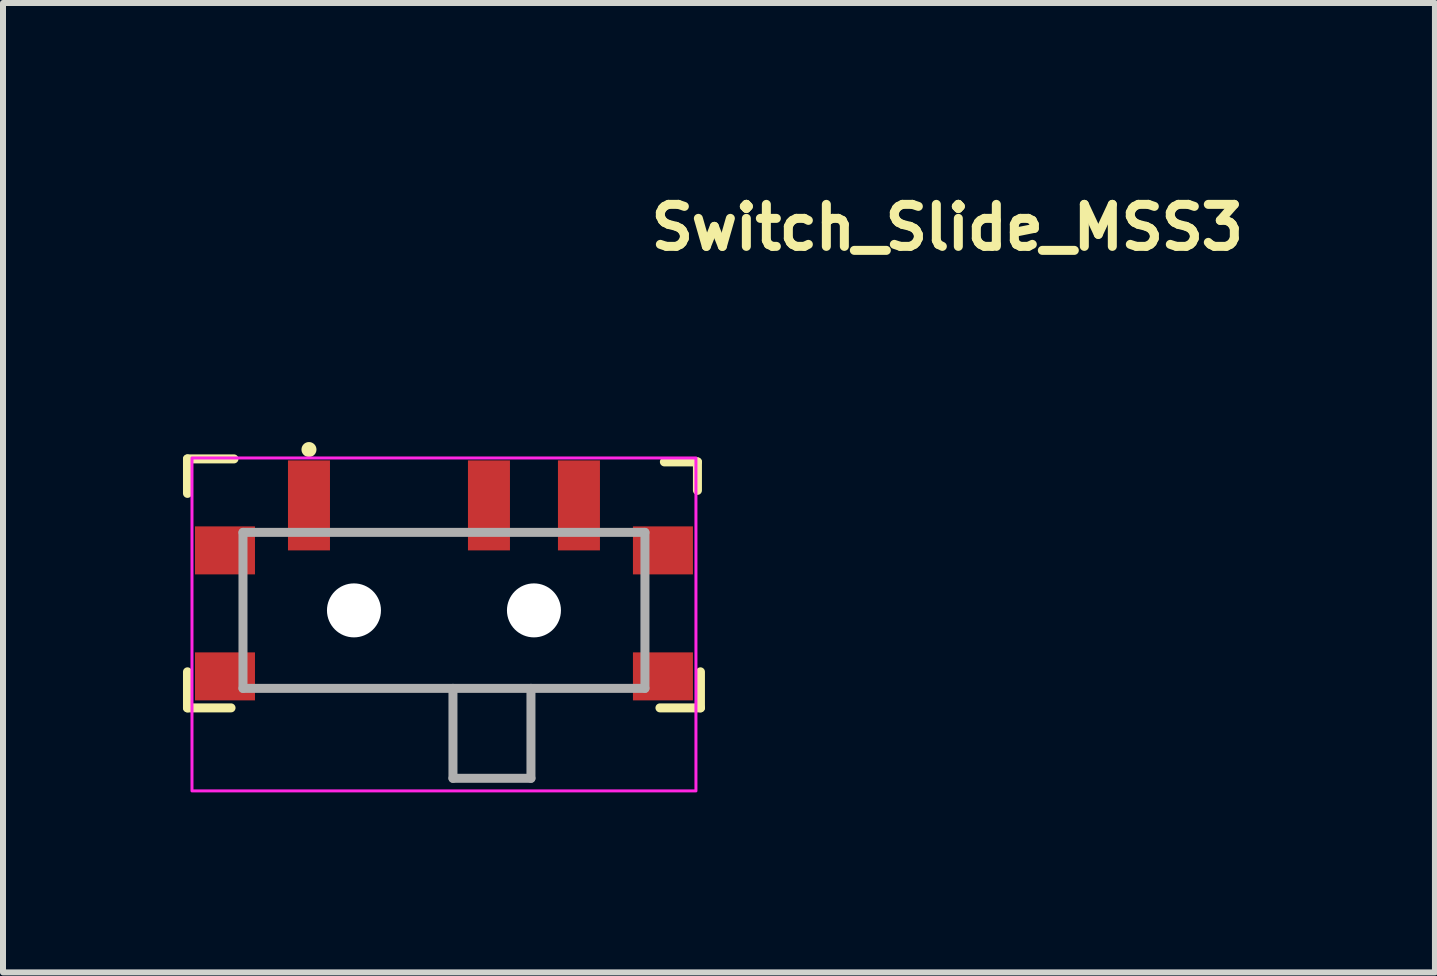
<source format=kicad_pcb>
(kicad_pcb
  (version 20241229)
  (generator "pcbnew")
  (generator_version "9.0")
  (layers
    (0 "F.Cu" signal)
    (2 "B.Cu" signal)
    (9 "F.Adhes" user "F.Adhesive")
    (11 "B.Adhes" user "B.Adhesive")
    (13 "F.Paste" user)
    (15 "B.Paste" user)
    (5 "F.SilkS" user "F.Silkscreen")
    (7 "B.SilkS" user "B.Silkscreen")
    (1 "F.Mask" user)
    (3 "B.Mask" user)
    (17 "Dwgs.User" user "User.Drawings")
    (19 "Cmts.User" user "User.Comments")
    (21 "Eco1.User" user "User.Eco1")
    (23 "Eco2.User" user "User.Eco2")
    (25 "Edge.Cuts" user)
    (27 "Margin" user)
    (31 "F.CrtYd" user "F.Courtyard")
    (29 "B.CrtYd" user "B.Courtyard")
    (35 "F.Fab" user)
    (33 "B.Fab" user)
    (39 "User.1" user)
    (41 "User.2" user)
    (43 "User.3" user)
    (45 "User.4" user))
  (footprint "Switch_Slide_MSS3"
    (layer "F.Cu")
    (at 4.35 7.483)
    (property "Reference" "Switch_Slide_MSS3" (at 3.375 -6.333 0) (layer "F.SilkS") (effects (font (size 0.7 0.7) (thickness 0.15)) (justify left bottom)))
    (attr smd)
    (fp_line (start -4.275 -2.884) (end -4.275 -2.309) (stroke (width 0.15) (type solid)) (layer "F.SilkS"))
    (fp_line (start -4.275 0.665) (end -4.275 1.266) (stroke (width 0.15) (type solid)) (layer "F.SilkS"))
    (fp_line (start -4.275 1.266) (end -3.549 1.266) (stroke (width 0.15) (type solid)) (layer "F.SilkS"))
    (fp_line (start -3.5 -2.884) (end -4.275 -2.884) (stroke (width 0.15) (type solid)) (layer "F.SilkS"))
    (fp_line (start 3.674 -2.834) (end 4.225 -2.834) (stroke (width 0.15) (type solid)) (layer "F.SilkS"))
    (fp_line (start 4.225 -2.834) (end 4.225 -2.359) (stroke (width 0.15) (type solid)) (layer "F.SilkS"))
    (fp_line (start 4.275 0.665) (end 4.275 1.266) (stroke (width 0.15) (type solid)) (layer "F.SilkS"))
    (fp_line (start 4.275 1.266) (end 3.6 1.266) (stroke (width 0.15) (type solid)) (layer "F.SilkS"))
    (fp_circle (center -2.25 -3.04) (end -2.2 -3.04) (stroke (width 0.15) (type solid)) (fill yes) (layer "F.SilkS"))
    (fp_rect (start -4.2 -2.9) (end 4.2 2.65) (stroke (width 0.05) (type solid)) (fill no) (layer "F.CrtYd"))
    (fp_line (start -3.35 -1.659) (end -3.35 0.941) (stroke (width 0.15) (type solid)) (layer "F.Fab"))
    (fp_line (start -3.35 -1.659) (end 3.35 -1.659) (stroke (width 0.15) (type solid)) (layer "F.Fab"))
    (fp_line (start -3.35 0.941) (end 3.35 0.941) (stroke (width 0.15) (type solid)) (layer "F.Fab"))
    (fp_line (start 0.15 0.941) (end 0.15 2.44) (stroke (width 0.15) (type solid)) (layer "F.Fab"))
    (fp_line (start 0.15 2.44) (end 1.45 2.44) (stroke (width 0.15) (type solid)) (layer "F.Fab"))
    (fp_line (start 1.45 0.941) (end 1.45 2.44) (stroke (width 0.15) (type solid)) (layer "F.Fab"))
    (fp_line (start 3.35 -1.659) (end 3.35 0.941) (stroke (width 0.15) (type solid)) (layer "F.Fab"))
    (fp_rect (start -3.85 -2.499) (end 3.85 2.501) (stroke (width 0.1) (type solid)) (fill no) (layer "User.5"))
    (fp_line (start -3.85 -1.549) (end -3.45 -1.549) (stroke (width 0.02) (type solid)) (layer "User.9"))
    (fp_line (start -3.85 -1.149) (end -3.85 -1.549) (stroke (width 0.02) (type solid)) (layer "User.9"))
    (fp_line (start -3.85 0.551) (end -3.45 0.551) (stroke (width 0.02) (type solid)) (layer "User.9"))
    (fp_line (start -3.85 0.951) (end -3.85 0.551) (stroke (width 0.02) (type solid)) (layer "User.9"))
    (fp_line (start -3.45 -1.549) (end -3.35 -1.549) (stroke (width 0.02) (type solid)) (layer "User.9"))
    (fp_line (start -3.45 -1.149) (end -3.85 -1.149) (stroke (width 0.02) (type solid)) (layer "User.9"))
    (fp_line (start -3.45 0.551) (end -3.35 0.551) (stroke (width 0.02) (type solid)) (layer "User.9"))
    (fp_line (start -3.45 0.951) (end -3.85 0.951) (stroke (width 0.02) (type solid)) (layer "User.9"))
    (fp_line (start -3.35 -1.599) (end -3.35 -0.798) (stroke (width 0.02) (type solid)) (layer "User.9"))
    (fp_line (start -3.35 -1.149) (end -3.45 -1.149) (stroke (width 0.02) (type solid)) (layer "User.9"))
    (fp_line (start -3.35 -0.798) (end -3.25 -0.798) (stroke (width 0.02) (type solid)) (layer "User.9"))
    (fp_line (start -3.35 0.201) (end -3.35 -0.798) (stroke (width 0.02) (type solid)) (layer "User.9"))
    (fp_line (start -3.35 0.201) (end -3.35 1.001) (stroke (width 0.02) (type solid)) (layer "User.9"))
    (fp_line (start -3.35 0.951) (end -3.45 0.951) (stroke (width 0.02) (type solid)) (layer "User.9"))
    (fp_line (start -3.35 1.001) (end -3.25 1.001) (stroke (width 0.02) (type solid)) (layer "User.9"))
    (fp_line (start -3.25 -1.599) (end -3.35 -1.599) (stroke (width 0.02) (type solid)) (layer "User.9"))
    (fp_line (start -3.25 -1.599) (end -2.95 -1.599) (stroke (width 0.02) (type solid)) (layer "User.9"))
    (fp_line (start -3.25 -0.798) (end -3.25 -1.599) (stroke (width 0.02) (type solid)) (layer "User.9"))
    (fp_line (start -3.25 -0.798) (end -2.85 -0.798) (stroke (width 0.02) (type solid)) (layer "User.9"))
    (fp_line (start -3.25 0.201) (end -3.35 0.201) (stroke (width 0.02) (type solid)) (layer "User.9"))
    (fp_line (start -3.25 1.001) (end -3.25 0.201) (stroke (width 0.02) (type solid)) (layer "User.9"))
    (fp_line (start -2.95 -1.599) (end -2.95 -0.798) (stroke (width 0.02) (type solid)) (layer "User.9"))
    (fp_line (start -2.95 0.201) (end -2.95 1.001) (stroke (width 0.02) (type solid)) (layer "User.9"))
    (fp_line (start -2.95 1.001) (end -3.25 1.001) (stroke (width 0.02) (type solid)) (layer "User.9"))
    (fp_line (start -2.95 1.001) (end 2.95 1.001) (stroke (width 0.02) (type solid)) (layer "User.9"))
    (fp_line (start -2.85 -1.399) (end 2.85 -1.399) (stroke (width 0.02) (type solid)) (layer "User.9"))
    (fp_line (start -2.85 -0.798) (end -2.85 -1.399) (stroke (width 0.02) (type solid)) (layer "User.9"))
    (fp_line (start -2.85 0.201) (end -3.25 0.201) (stroke (width 0.02) (type solid)) (layer "User.9"))
    (fp_line (start -2.85 0.8) (end -2.85 0.201) (stroke (width 0.02) (type solid)) (layer "User.9"))
    (fp_line (start -2.45 -2.499) (end -2.05 -2.499) (stroke (width 0.02) (type solid)) (layer "User.9"))
    (fp_line (start -2.45 -1.599) (end -2.45 -2.499) (stroke (width 0.02) (type solid)) (layer "User.9"))
    (fp_line (start -2.05 -2.499) (end -2.05 -1.599) (stroke (width 0.02) (type solid)) (layer "User.9"))
    (fp_line (start 0.1 2.4) (end 0.1 1.001) (stroke (width 0.02) (type solid)) (layer "User.9"))
    (fp_line (start 0.1 2.4) (end 0.1 2.406) (stroke (width 0.02) (type solid)) (layer "User.9"))
    (fp_line (start 0.1 2.406) (end 0.1 2.411) (stroke (width 0.02) (type solid)) (layer "User.9"))
    (fp_line (start 0.1 2.411) (end 0.101 2.416) (stroke (width 0.02) (type solid)) (layer "User.9"))
    (fp_line (start 0.101 2.416) (end 0.102 2.421) (stroke (width 0.02) (type solid)) (layer "User.9"))
    (fp_line (start 0.102 2.421) (end 0.103 2.425) (stroke (width 0.02) (type solid)) (layer "User.9"))
    (fp_line (start 0.103 2.425) (end 0.104 2.43) (stroke (width 0.02) (type solid)) (layer "User.9"))
    (fp_line (start 0.104 2.43) (end 0.106 2.435) (stroke (width 0.02) (type solid)) (layer "User.9"))
    (fp_line (start 0.106 2.435) (end 0.107 2.439) (stroke (width 0.02) (type solid)) (layer "User.9"))
    (fp_line (start 0.107 2.439) (end 0.109 2.444) (stroke (width 0.02) (type solid)) (layer "User.9"))
    (fp_line (start 0.109 2.444) (end 0.112 2.448) (stroke (width 0.02) (type solid)) (layer "User.9"))
    (fp_line (start 0.112 2.448) (end 0.114 2.452) (stroke (width 0.02) (type solid)) (layer "User.9"))
    (fp_line (start 0.114 2.452) (end 0.117 2.456) (stroke (width 0.02) (type solid)) (layer "User.9"))
    (fp_line (start 0.117 2.456) (end 0.119 2.46) (stroke (width 0.02) (type solid)) (layer "User.9"))
    (fp_line (start 0.119 2.46) (end 0.122 2.464) (stroke (width 0.02) (type solid)) (layer "User.9"))
    (fp_line (start 0.122 2.464) (end 0.125 2.468) (stroke (width 0.02) (type solid)) (layer "User.9"))
    (fp_line (start 0.125 2.468) (end 0.129 2.471) (stroke (width 0.02) (type solid)) (layer "User.9"))
    (fp_line (start 0.129 2.471) (end 0.132 2.475) (stroke (width 0.02) (type solid)) (layer "User.9"))
    (fp_line (start 0.132 2.475) (end 0.136 2.478) (stroke (width 0.02) (type solid)) (layer "User.9"))
    (fp_line (start 0.136 2.478) (end 0.14 2.481) (stroke (width 0.02) (type solid)) (layer "User.9"))
    (fp_line (start 0.14 2.481) (end 0.144 2.483) (stroke (width 0.02) (type solid)) (layer "User.9"))
    (fp_line (start 0.144 2.483) (end 0.148 2.486) (stroke (width 0.02) (type solid)) (layer "User.9"))
    (fp_line (start 0.148 2.486) (end 0.152 2.488) (stroke (width 0.02) (type solid)) (layer "User.9"))
    (fp_line (start 0.152 2.488) (end 0.156 2.491) (stroke (width 0.02) (type solid)) (layer "User.9"))
    (fp_line (start 0.156 2.491) (end 0.161 2.493) (stroke (width 0.02) (type solid)) (layer "User.9"))
    (fp_line (start 0.161 2.493) (end 0.165 2.494) (stroke (width 0.02) (type solid)) (layer "User.9"))
    (fp_line (start 0.165 2.494) (end 0.17 2.496) (stroke (width 0.02) (type solid)) (layer "User.9"))
    (fp_line (start 0.17 2.496) (end 0.175 2.497) (stroke (width 0.02) (type solid)) (layer "User.9"))
    (fp_line (start 0.175 2.497) (end 0.179 2.498) (stroke (width 0.02) (type solid)) (layer "User.9"))
    (fp_line (start 0.179 2.498) (end 0.184 2.499) (stroke (width 0.02) (type solid)) (layer "User.9"))
    (fp_line (start 0.184 2.499) (end 0.189 2.5) (stroke (width 0.02) (type solid)) (layer "User.9"))
    (fp_line (start 0.189 2.5) (end 0.194 2.5) (stroke (width 0.02) (type solid)) (layer "User.9"))
    (fp_line (start 0.194 2.5) (end 0.2 2.501) (stroke (width 0.02) (type solid)) (layer "User.9"))
    (fp_line (start 0.55 -2.499) (end 0.949 -2.499) (stroke (width 0.02) (type solid)) (layer "User.9"))
    (fp_line (start 0.55 -1.599) (end 0.55 -2.499) (stroke (width 0.02) (type solid)) (layer "User.9"))
    (fp_line (start 0.949 -2.499) (end 0.949 -1.599) (stroke (width 0.02) (type solid)) (layer "User.9"))
    (fp_line (start 1.3 2.501) (end 0.2 2.501) (stroke (width 0.02) (type solid)) (layer "User.9"))
    (fp_line (start 1.3 2.501) (end 1.305 2.5) (stroke (width 0.02) (type solid)) (layer "User.9"))
    (fp_line (start 1.305 2.5) (end 1.31 2.5) (stroke (width 0.02) (type solid)) (layer "User.9"))
    (fp_line (start 1.31 2.5) (end 1.315 2.499) (stroke (width 0.02) (type solid)) (layer "User.9"))
    (fp_line (start 1.315 2.499) (end 1.32 2.498) (stroke (width 0.02) (type solid)) (layer "User.9"))
    (fp_line (start 1.32 2.498) (end 1.324 2.497) (stroke (width 0.02) (type solid)) (layer "User.9"))
    (fp_line (start 1.324 2.497) (end 1.329 2.496) (stroke (width 0.02) (type solid)) (layer "User.9"))
    (fp_line (start 1.329 2.496) (end 1.334 2.494) (stroke (width 0.02) (type solid)) (layer "User.9"))
    (fp_line (start 1.334 2.494) (end 1.338 2.493) (stroke (width 0.02) (type solid)) (layer "User.9"))
    (fp_line (start 1.338 2.493) (end 1.343 2.491) (stroke (width 0.02) (type solid)) (layer "User.9"))
    (fp_line (start 1.343 2.491) (end 1.347 2.488) (stroke (width 0.02) (type solid)) (layer "User.9"))
    (fp_line (start 1.347 2.488) (end 1.351 2.486) (stroke (width 0.02) (type solid)) (layer "User.9"))
    (fp_line (start 1.351 2.486) (end 1.355 2.483) (stroke (width 0.02) (type solid)) (layer "User.9"))
    (fp_line (start 1.355 2.483) (end 1.359 2.481) (stroke (width 0.02) (type solid)) (layer "User.9"))
    (fp_line (start 1.359 2.481) (end 1.363 2.478) (stroke (width 0.02) (type solid)) (layer "User.9"))
    (fp_line (start 1.363 2.478) (end 1.367 2.475) (stroke (width 0.02) (type solid)) (layer "User.9"))
    (fp_line (start 1.367 2.475) (end 1.37 2.471) (stroke (width 0.02) (type solid)) (layer "User.9"))
    (fp_line (start 1.37 2.471) (end 1.374 2.468) (stroke (width 0.02) (type solid)) (layer "User.9"))
    (fp_line (start 1.374 2.468) (end 1.377 2.464) (stroke (width 0.02) (type solid)) (layer "User.9"))
    (fp_line (start 1.377 2.464) (end 1.38 2.46) (stroke (width 0.02) (type solid)) (layer "User.9"))
    (fp_line (start 1.38 2.46) (end 1.382 2.456) (stroke (width 0.02) (type solid)) (layer "User.9"))
    (fp_line (start 1.382 2.456) (end 1.385 2.452) (stroke (width 0.02) (type solid)) (layer "User.9"))
    (fp_line (start 1.385 2.452) (end 1.387 2.448) (stroke (width 0.02) (type solid)) (layer "User.9"))
    (fp_line (start 1.387 2.448) (end 1.39 2.444) (stroke (width 0.02) (type solid)) (layer "User.9"))
    (fp_line (start 1.39 2.444) (end 1.392 2.439) (stroke (width 0.02) (type solid)) (layer "User.9"))
    (fp_line (start 1.392 2.439) (end 1.393 2.435) (stroke (width 0.02) (type solid)) (layer "User.9"))
    (fp_line (start 1.393 2.435) (end 1.395 2.43) (stroke (width 0.02) (type solid)) (layer "User.9"))
    (fp_line (start 1.395 2.43) (end 1.396 2.425) (stroke (width 0.02) (type solid)) (layer "User.9"))
    (fp_line (start 1.396 2.425) (end 1.397 2.421) (stroke (width 0.02) (type solid)) (layer "User.9"))
    (fp_line (start 1.397 2.421) (end 1.398 2.416) (stroke (width 0.02) (type solid)) (layer "User.9"))
    (fp_line (start 1.398 2.416) (end 1.399 2.411) (stroke (width 0.02) (type solid)) (layer "User.9"))
    (fp_line (start 1.399 2.4) (end 1.399 1.001) (stroke (width 0.02) (type solid)) (layer "User.9"))
    (fp_line (start 1.399 2.406) (end 1.399 2.4) (stroke (width 0.02) (type solid)) (layer "User.9"))
    (fp_line (start 1.399 2.411) (end 1.399 2.406) (stroke (width 0.02) (type solid)) (layer "User.9"))
    (fp_line (start 2.05 -2.499) (end 2.45 -2.499) (stroke (width 0.02) (type solid)) (layer "User.9"))
    (fp_line (start 2.05 -1.599) (end 2.05 -2.499) (stroke (width 0.02) (type solid)) (layer "User.9"))
    (fp_line (start 2.45 -2.499) (end 2.45 -1.599) (stroke (width 0.02) (type solid)) (layer "User.9"))
    (fp_line (start 2.85 -1.399) (end 2.85 -0.798) (stroke (width 0.02) (type solid)) (layer "User.9"))
    (fp_line (start 2.85 -0.798) (end 3.25 -0.798) (stroke (width 0.02) (type solid)) (layer "User.9"))
    (fp_line (start 2.85 0.201) (end 2.85 0.8) (stroke (width 0.02) (type solid)) (layer "User.9"))
    (fp_line (start 2.85 0.8) (end -2.85 0.8) (stroke (width 0.02) (type solid)) (layer "User.9"))
    (fp_line (start 2.95 -1.599) (end -2.95 -1.599) (stroke (width 0.02) (type solid)) (layer "User.9"))
    (fp_line (start 2.95 -1.599) (end 3.25 -1.599) (stroke (width 0.02) (type solid)) (layer "User.9"))
    (fp_line (start 2.95 -0.798) (end 2.95 -1.599) (stroke (width 0.02) (type solid)) (layer "User.9"))
    (fp_line (start 2.95 1.001) (end 2.95 0.201) (stroke (width 0.02) (type solid)) (layer "User.9"))
    (fp_line (start 3.25 -1.599) (end 3.25 -0.798) (stroke (width 0.02) (type solid)) (layer "User.9"))
    (fp_line (start 3.25 -0.798) (end 3.35 -0.798) (stroke (width 0.02) (type solid)) (layer "User.9"))
    (fp_line (start 3.25 0.201) (end 2.85 0.201) (stroke (width 0.02) (type solid)) (layer "User.9"))
    (fp_line (start 3.25 0.201) (end 3.25 1.001) (stroke (width 0.02) (type solid)) (layer "User.9"))
    (fp_line (start 3.25 1.001) (end 2.95 1.001) (stroke (width 0.02) (type solid)) (layer "User.9"))
    (fp_line (start 3.25 1.001) (end 3.35 1.001) (stroke (width 0.02) (type solid)) (layer "User.9"))
    (fp_line (start 3.35 -1.599) (end 3.25 -1.599) (stroke (width 0.02) (type solid)) (layer "User.9"))
    (fp_line (start 3.35 -1.549) (end 3.45 -1.549) (stroke (width 0.02) (type solid)) (layer "User.9"))
    (fp_line (start 3.35 -0.798) (end 3.35 -1.599) (stroke (width 0.02) (type solid)) (layer "User.9"))
    (fp_line (start 3.35 -0.798) (end 3.35 0.201) (stroke (width 0.02) (type solid)) (layer "User.9"))
    (fp_line (start 3.35 0.201) (end 3.25 0.201) (stroke (width 0.02) (type solid)) (layer "User.9"))
    (fp_line (start 3.35 0.551) (end 3.45 0.551) (stroke (width 0.02) (type solid)) (layer "User.9"))
    (fp_line (start 3.35 1.001) (end 3.35 0.201) (stroke (width 0.02) (type solid)) (layer "User.9"))
    (fp_line (start 3.45 -1.549) (end 3.85 -1.549) (stroke (width 0.02) (type solid)) (layer "User.9"))
    (fp_line (start 3.45 -1.149) (end 3.35 -1.149) (stroke (width 0.02) (type solid)) (layer "User.9"))
    (fp_line (start 3.45 0.551) (end 3.85 0.551) (stroke (width 0.02) (type solid)) (layer "User.9"))
    (fp_line (start 3.45 0.951) (end 3.35 0.951) (stroke (width 0.02) (type solid)) (layer "User.9"))
    (fp_line (start 3.85 -1.549) (end 3.85 -1.149) (stroke (width 0.02) (type solid)) (layer "User.9"))
    (fp_line (start 3.85 -1.149) (end 3.45 -1.149) (stroke (width 0.02) (type solid)) (layer "User.9"))
    (fp_line (start 3.85 0.551) (end 3.85 0.951) (stroke (width 0.02) (type solid)) (layer "User.9"))
    (fp_line (start 3.85 0.951) (end 3.45 0.951) (stroke (width 0.02) (type solid)) (layer "User.9"))
    (pad "" np_thru_hole circle (at -1.5 -0.359) (size 0.9 0.9) (drill 0.9) (layers "*.Cu" "*.Mask"))
    (pad "" np_thru_hole circle (at 1.5 -0.359) (size 0.9 0.9) (drill 0.9) (layers "*.Cu" "*.Mask"))
    (pad "1" smd rect (at -2.25 -2.109) (size 0.7 1.5) (layers "F.Cu" "F.Mask" "F.Paste"))
    (pad "2" smd rect (at 0.75 -2.109) (size 0.7 1.5) (layers "F.Cu" "F.Mask" "F.Paste"))
    (pad "3" smd rect (at 2.25 -2.109) (size 0.7 1.5) (layers "F.Cu" "F.Mask" "F.Paste"))
    (pad "S1" smd rect (at -3.65 -1.359) (size 1 0.8) (layers "F.Cu" "F.Mask" "F.Paste"))
    (pad "S2" smd rect (at -3.65 0.741) (size 1 0.8) (layers "F.Cu" "F.Mask" "F.Paste"))
    (pad "S3" smd rect (at 3.65 0.741) (size 1 0.8) (layers "F.Cu" "F.Mask" "F.Paste"))
    (pad "S4" smd rect (at 3.65 -1.359) (size 1 0.8) (layers "F.Cu" "F.Mask" "F.Paste")))
  (gr_rect
    (start -3 -3)
    (end 20.868 13.158)
    (stroke (width 0.1) (type default))
    (fill no)
    (layer "Edge.Cuts")))
</source>
